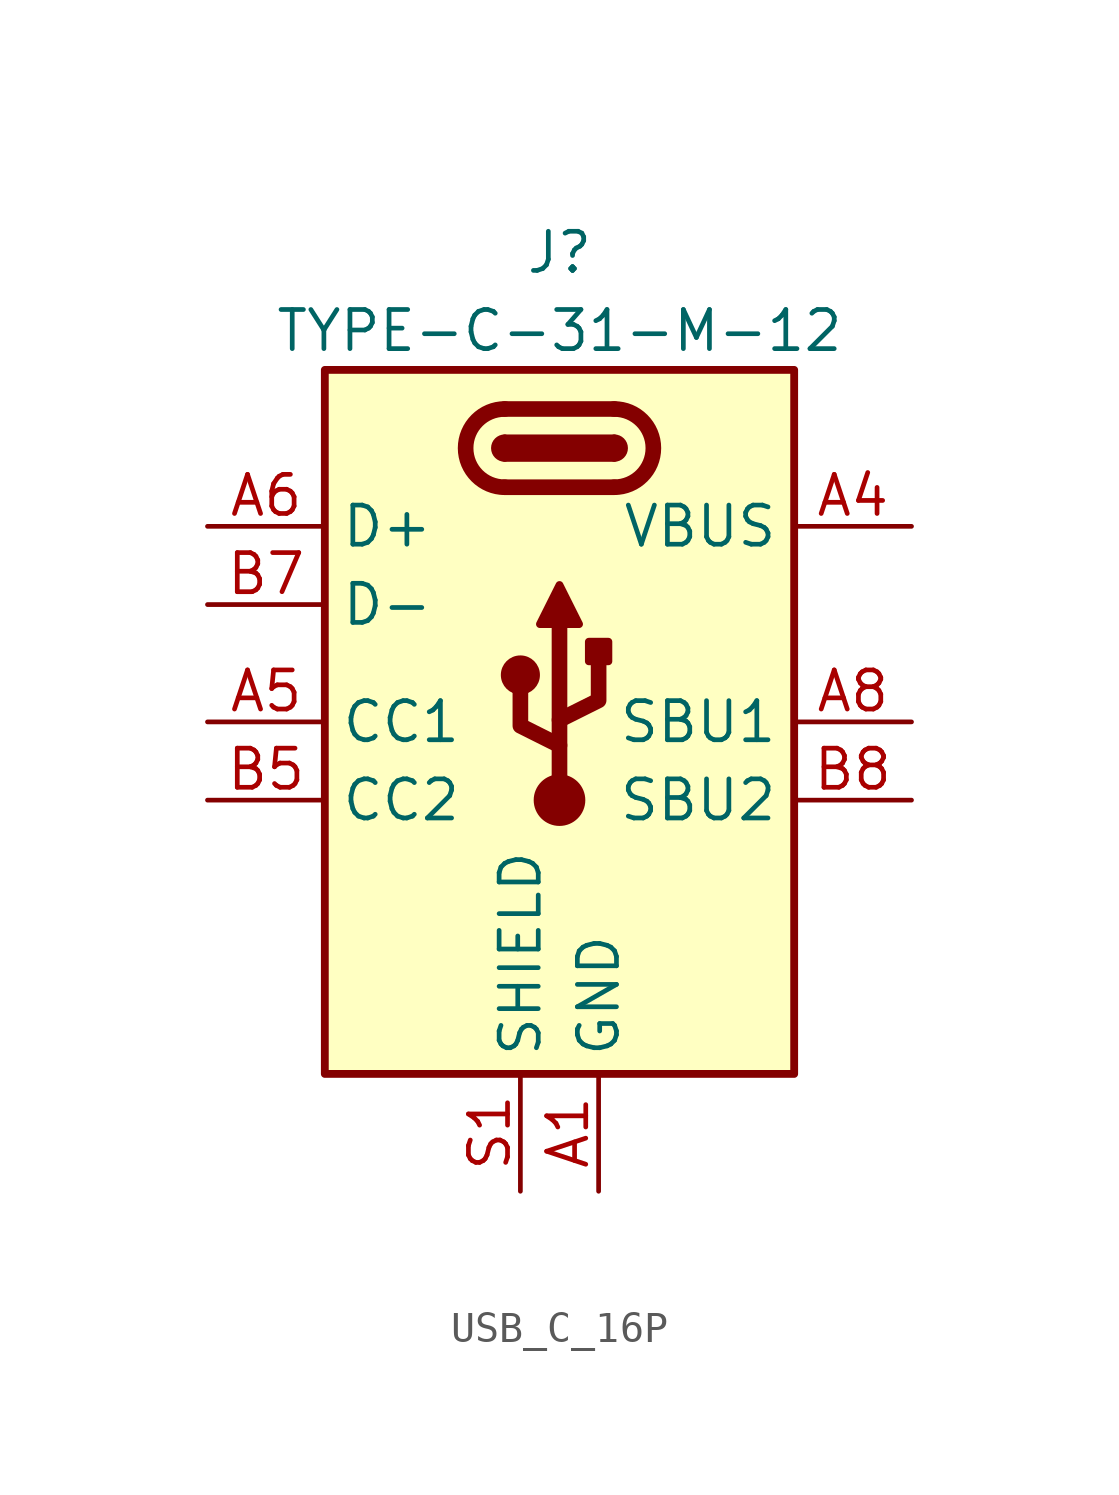
<source format=kicad_sym>
(kicad_symbol_lib
  (version 20241209)
  (generator "kicad_symbol_editor")
  (generator_version "9.0")
  (symbol "USB_C_16P"
    (property "Reference" "J"
      (at 0 15.24 0)
      (effects (font (size 1.27 1.27))))
    (property "Value" "TYPE-C-31-M-12"
      (at 0 12.7 0)
      (effects (font (size 1.27 1.27))))
    (symbol "USB_C_16P_0_1"
      (polyline (pts (xy -1.778 10.16) (xy 1.778 10.16)) (stroke (width 0.508) (type default)) (fill (type none)))
      (rectangle (start -1.778 9.207) (end 1.778 8.572) (stroke (width 0.254) (type default)) (fill (type outline)))
      (arc (start -1.778 8.5725) (mid -2.0955 8.89) (end -1.778 9.2075) (stroke (width 0.254) (type default)) (fill (type outline)))
      (arc (start -1.778 7.62) (mid -3.048 8.89) (end -1.778 10.16) (stroke (width 0.508) (type default)) (fill (type none)))
      (circle (center -1.27 1.524) (radius 0.508) (stroke (width 0.254) (type default)) (fill (type outline)))
      (polyline (pts (xy -0.635 3.175) (xy 0 4.445) (xy 0.635 3.175) (xy -0.635 3.175)) (stroke (width 0.254) (type default)) (fill (type outline)))
      (polyline (pts (xy 0 0.064) (xy 1.27 0.699) (xy 1.27 2.286)) (stroke (width 0.508) (type default)) (fill (type none)))
      (polyline (pts (xy 0 -0.762) (xy -1.27 -0.127) (xy -1.27 1.143)) (stroke (width 0.508) (type default)) (fill (type none)))
      (polyline (pts (xy 0 -2.54) (xy 0 3.175)) (stroke (width 0.508) (type default)) (fill (type none)))
      (circle (center 0 -2.54) (radius 0.762) (stroke (width 0) (type default)) (fill (type outline)))
      (rectangle (start 0.953 2.603) (end 1.587 1.968) (stroke (width 0.254) (type default)) (fill (type outline)))
      (arc (start 1.778 10.16) (mid 3.048 8.89) (end 1.778 7.62) (stroke (width 0.508) (type default)) (fill (type none)))
      (arc (start 1.778 9.2075) (mid 2.0955 8.89) (end 1.778 8.5725) (stroke (width 0.254) (type default)) (fill (type outline)))
      (polyline (pts (xy 1.778 7.62) (xy -1.778 7.62)) (stroke (width 0.508) (type default)) (fill (type none))))
    (symbol "USB_C_16P_1_1"
      (rectangle (start -7.62 11.43) (end 7.62 -11.43) (stroke (width 0.254) (type solid)) (fill (type background)))
      (pin bidirectional line (at -11.43 6.35 0) (length 3.81) (name "D+" (effects (font (size 1.27 1.27)))) (number "A6" (effects (font (size 1.27 1.27)))))
      (pin bidirectional line (at -11.43 6.35 0) (length 3.81) (hide yes) (name "D+" (effects (font (size 1.27 1.27)))) (number "B6" (effects (font (size 1.27 1.27)))))
      (pin bidirectional line (at -11.43 3.81 0) (length 3.81) (hide yes) (name "D-" (effects (font (size 1.27 1.27)))) (number "A7" (effects (font (size 1.27 1.27)))))
      (pin bidirectional line (at -11.43 3.81 0) (length 3.81) (name "D-" (effects (font (size 1.27 1.27)))) (number "B7" (effects (font (size 1.27 1.27)))))
      (pin bidirectional line (at -11.43 0 0) (length 3.81) (name "CC1" (effects (font (size 1.27 1.27)))) (number "A5" (effects (font (size 1.27 1.27)))))
      (pin bidirectional line (at -11.43 -2.54 0) (length 3.81) (name "CC2" (effects (font (size 1.27 1.27)))) (number "B5" (effects (font (size 1.27 1.27)))))
      (pin passive line (at -1.27 -15.24 90) (length 3.81) (name "SHIELD" (effects (font (size 1.27 1.27)))) (number "S1" (effects (font (size 1.27 1.27)))))
      (pin power_in line (at 1.27 -15.24 90) (length 3.81) (name "GND" (effects (font (size 1.27 1.27)))) (number "A1" (effects (font (size 1.27 1.27)))))
      (pin passive line (at 1.27 -15.24 90) (length 3.81) (hide yes) (name "GND" (effects (font (size 1.27 1.27)))) (number "A12" (effects (font (size 1.27 1.27)))))
      (pin passive line (at 1.27 -15.24 90) (length 3.81) (hide yes) (name "GND" (effects (font (size 1.27 1.27)))) (number "B1" (effects (font (size 1.27 1.27)))))
      (pin passive line (at 1.27 -15.24 90) (length 3.81) (hide yes) (name "GND" (effects (font (size 1.27 1.27)))) (number "B12" (effects (font (size 1.27 1.27)))))
      (pin power_in line (at 11.43 6.35 180) (length 3.81) (name "VBUS" (effects (font (size 1.27 1.27)))) (number "A4" (effects (font (size 1.27 1.27)))))
      (pin passive line (at 11.43 6.35 180) (length 3.81) (hide yes) (name "VBUS" (effects (font (size 1.27 1.27)))) (number "A9" (effects (font (size 1.27 1.27)))))
      (pin passive line (at 11.43 6.35 180) (length 3.81) (hide yes) (name "VBUS" (effects (font (size 1.27 1.27)))) (number "B4" (effects (font (size 1.27 1.27)))))
      (pin passive line (at 11.43 6.35 180) (length 3.81) (hide yes) (name "VBUS" (effects (font (size 1.27 1.27)))) (number "B9" (effects (font (size 1.27 1.27)))))
      (pin bidirectional line (at 11.43 0 180) (length 3.81) (name "SBU1" (effects (font (size 1.27 1.27)))) (number "A8" (effects (font (size 1.27 1.27)))))
      (pin bidirectional line (at 11.43 -2.54 180) (length 3.81) (name "SBU2" (effects (font (size 1.27 1.27)))) (number "B8" (effects (font (size 1.27 1.27))))))))
</source>
